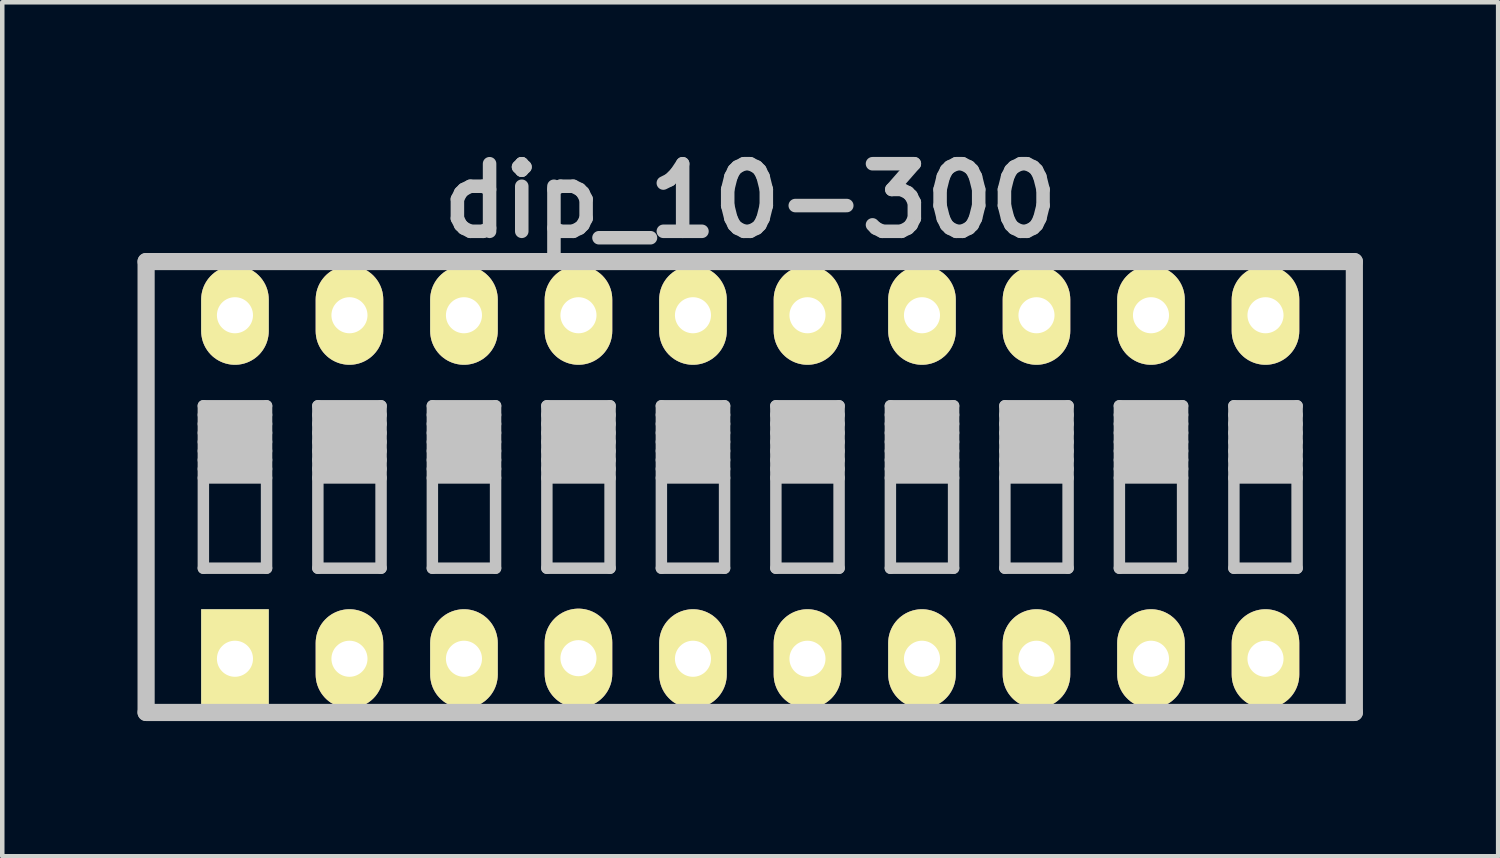
<source format=kicad_pcb>
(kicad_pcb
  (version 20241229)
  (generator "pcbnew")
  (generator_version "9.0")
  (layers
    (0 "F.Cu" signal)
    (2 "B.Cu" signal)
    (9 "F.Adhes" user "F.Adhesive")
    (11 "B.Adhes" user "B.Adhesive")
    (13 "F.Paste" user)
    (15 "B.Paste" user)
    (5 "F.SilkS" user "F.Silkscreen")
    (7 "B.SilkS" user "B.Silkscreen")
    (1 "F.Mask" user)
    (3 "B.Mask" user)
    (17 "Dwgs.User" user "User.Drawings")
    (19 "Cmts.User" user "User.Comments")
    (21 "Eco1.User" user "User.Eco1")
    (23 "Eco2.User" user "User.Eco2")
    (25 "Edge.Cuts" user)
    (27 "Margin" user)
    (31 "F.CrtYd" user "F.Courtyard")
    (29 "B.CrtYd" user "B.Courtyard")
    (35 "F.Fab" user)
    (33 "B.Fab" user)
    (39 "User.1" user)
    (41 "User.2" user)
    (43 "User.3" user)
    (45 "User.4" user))
  (footprint "dip_10-300"
    (layer "F.Cu")
    (at 13.592 7.753)
    (property "Reference" "dip_10-300" (at 0 -6.35 0) (layer "Dwgs.User") (effects (font (size 1.499 1.499) (thickness 0.3))))
    (attr through_hole)
    (fp_line (start -13.401 5.001) (end -13.401 -5.001) (stroke (width 0.381) (type solid)) (layer "Dwgs.User"))
    (fp_line (start -13.401 5.001) (end 13.401 5.001) (stroke (width 0.381) (type solid)) (layer "Dwgs.User"))
    (fp_line (start -12.131 -1.801) (end -12.131 1.801) (stroke (width 0.254) (type solid)) (layer "Dwgs.User"))
    (fp_line (start -12.131 -1.6) (end -10.729 -1.6) (stroke (width 0.254) (type solid)) (layer "Dwgs.User"))
    (fp_line (start -12.131 -1.4) (end -10.729 -1.4) (stroke (width 0.254) (type solid)) (layer "Dwgs.User"))
    (fp_line (start -12.131 -1.201) (end -10.729 -1.201) (stroke (width 0.254) (type solid)) (layer "Dwgs.User"))
    (fp_line (start -12.131 -1.001) (end -10.729 -1.001) (stroke (width 0.254) (type solid)) (layer "Dwgs.User"))
    (fp_line (start -12.131 -0.8) (end -10.729 -0.8) (stroke (width 0.254) (type solid)) (layer "Dwgs.User"))
    (fp_line (start -12.131 -0.599) (end -10.729 -0.599) (stroke (width 0.254) (type solid)) (layer "Dwgs.User"))
    (fp_line (start -12.131 -0.401) (end -10.729 -0.401) (stroke (width 0.254) (type solid)) (layer "Dwgs.User"))
    (fp_line (start -12.131 -0.201) (end -10.729 -0.201) (stroke (width 0.254) (type solid)) (layer "Dwgs.User"))
    (fp_line (start -12.131 1.801) (end -10.729 1.801) (stroke (width 0.254) (type solid)) (layer "Dwgs.User"))
    (fp_line (start -10.729 -1.801) (end -12.131 -1.801) (stroke (width 0.254) (type solid)) (layer "Dwgs.User"))
    (fp_line (start -10.729 1.801) (end -10.729 -1.801) (stroke (width 0.254) (type solid)) (layer "Dwgs.User"))
    (fp_line (start -9.591 -1.801) (end -9.591 1.801) (stroke (width 0.254) (type solid)) (layer "Dwgs.User"))
    (fp_line (start -9.591 -1.6) (end -8.189 -1.6) (stroke (width 0.254) (type solid)) (layer "Dwgs.User"))
    (fp_line (start -9.591 -1.4) (end -8.189 -1.4) (stroke (width 0.254) (type solid)) (layer "Dwgs.User"))
    (fp_line (start -9.591 -1.201) (end -8.189 -1.201) (stroke (width 0.254) (type solid)) (layer "Dwgs.User"))
    (fp_line (start -9.591 -1.001) (end -8.189 -1.001) (stroke (width 0.254) (type solid)) (layer "Dwgs.User"))
    (fp_line (start -9.591 -0.8) (end -8.189 -0.8) (stroke (width 0.254) (type solid)) (layer "Dwgs.User"))
    (fp_line (start -9.591 -0.599) (end -8.189 -0.599) (stroke (width 0.254) (type solid)) (layer "Dwgs.User"))
    (fp_line (start -9.591 -0.401) (end -8.189 -0.401) (stroke (width 0.254) (type solid)) (layer "Dwgs.User"))
    (fp_line (start -9.591 -0.201) (end -8.189 -0.201) (stroke (width 0.254) (type solid)) (layer "Dwgs.User"))
    (fp_line (start -9.591 1.801) (end -8.189 1.801) (stroke (width 0.254) (type solid)) (layer "Dwgs.User"))
    (fp_line (start -8.189 -1.801) (end -9.591 -1.801) (stroke (width 0.254) (type solid)) (layer "Dwgs.User"))
    (fp_line (start -8.189 1.801) (end -8.189 -1.801) (stroke (width 0.254) (type solid)) (layer "Dwgs.User"))
    (fp_line (start -7.051 -1.801) (end -7.051 1.801) (stroke (width 0.254) (type solid)) (layer "Dwgs.User"))
    (fp_line (start -7.051 -1.6) (end -5.649 -1.6) (stroke (width 0.254) (type solid)) (layer "Dwgs.User"))
    (fp_line (start -7.051 -1.4) (end -5.649 -1.4) (stroke (width 0.254) (type solid)) (layer "Dwgs.User"))
    (fp_line (start -7.051 -1.201) (end -5.649 -1.201) (stroke (width 0.254) (type solid)) (layer "Dwgs.User"))
    (fp_line (start -7.051 -1.001) (end -5.649 -1.001) (stroke (width 0.254) (type solid)) (layer "Dwgs.User"))
    (fp_line (start -7.051 -0.8) (end -5.649 -0.8) (stroke (width 0.254) (type solid)) (layer "Dwgs.User"))
    (fp_line (start -7.051 -0.599) (end -5.649 -0.599) (stroke (width 0.254) (type solid)) (layer "Dwgs.User"))
    (fp_line (start -7.051 -0.401) (end -5.649 -0.401) (stroke (width 0.254) (type solid)) (layer "Dwgs.User"))
    (fp_line (start -7.051 -0.201) (end -5.649 -0.201) (stroke (width 0.254) (type solid)) (layer "Dwgs.User"))
    (fp_line (start -7.051 1.801) (end -5.649 1.801) (stroke (width 0.254) (type solid)) (layer "Dwgs.User"))
    (fp_line (start -5.649 -1.801) (end -7.051 -1.801) (stroke (width 0.254) (type solid)) (layer "Dwgs.User"))
    (fp_line (start -5.649 1.801) (end -5.649 -1.801) (stroke (width 0.254) (type solid)) (layer "Dwgs.User"))
    (fp_line (start -4.511 -1.801) (end -4.511 1.801) (stroke (width 0.254) (type solid)) (layer "Dwgs.User"))
    (fp_line (start -4.511 -1.6) (end -3.109 -1.6) (stroke (width 0.254) (type solid)) (layer "Dwgs.User"))
    (fp_line (start -4.511 -1.4) (end -3.109 -1.4) (stroke (width 0.254) (type solid)) (layer "Dwgs.User"))
    (fp_line (start -4.511 -1.201) (end -3.109 -1.201) (stroke (width 0.254) (type solid)) (layer "Dwgs.User"))
    (fp_line (start -4.511 -1.001) (end -3.109 -1.001) (stroke (width 0.254) (type solid)) (layer "Dwgs.User"))
    (fp_line (start -4.511 -0.8) (end -3.109 -0.8) (stroke (width 0.254) (type solid)) (layer "Dwgs.User"))
    (fp_line (start -4.511 -0.599) (end -3.109 -0.599) (stroke (width 0.254) (type solid)) (layer "Dwgs.User"))
    (fp_line (start -4.511 -0.401) (end -3.109 -0.401) (stroke (width 0.254) (type solid)) (layer "Dwgs.User"))
    (fp_line (start -4.511 -0.201) (end -3.109 -0.201) (stroke (width 0.254) (type solid)) (layer "Dwgs.User"))
    (fp_line (start -4.511 1.801) (end -3.109 1.801) (stroke (width 0.254) (type solid)) (layer "Dwgs.User"))
    (fp_line (start -3.109 -1.801) (end -4.511 -1.801) (stroke (width 0.254) (type solid)) (layer "Dwgs.User"))
    (fp_line (start -3.109 1.801) (end -3.109 -1.801) (stroke (width 0.254) (type solid)) (layer "Dwgs.User"))
    (fp_line (start -1.971 -1.801) (end -1.971 1.801) (stroke (width 0.254) (type solid)) (layer "Dwgs.User"))
    (fp_line (start -1.971 -1.6) (end -0.569 -1.6) (stroke (width 0.254) (type solid)) (layer "Dwgs.User"))
    (fp_line (start -1.971 -1.4) (end -0.569 -1.4) (stroke (width 0.254) (type solid)) (layer "Dwgs.User"))
    (fp_line (start -1.971 -1.201) (end -0.569 -1.201) (stroke (width 0.254) (type solid)) (layer "Dwgs.User"))
    (fp_line (start -1.971 -1.001) (end -0.569 -1.001) (stroke (width 0.254) (type solid)) (layer "Dwgs.User"))
    (fp_line (start -1.971 -0.8) (end -0.569 -0.8) (stroke (width 0.254) (type solid)) (layer "Dwgs.User"))
    (fp_line (start -1.971 -0.599) (end -0.569 -0.599) (stroke (width 0.254) (type solid)) (layer "Dwgs.User"))
    (fp_line (start -1.971 -0.401) (end -0.569 -0.401) (stroke (width 0.254) (type solid)) (layer "Dwgs.User"))
    (fp_line (start -1.971 -0.201) (end -0.569 -0.201) (stroke (width 0.254) (type solid)) (layer "Dwgs.User"))
    (fp_line (start -1.971 1.801) (end -0.569 1.801) (stroke (width 0.254) (type solid)) (layer "Dwgs.User"))
    (fp_line (start -0.569 -1.801) (end -1.971 -1.801) (stroke (width 0.254) (type solid)) (layer "Dwgs.User"))
    (fp_line (start -0.569 1.801) (end -0.569 -1.801) (stroke (width 0.254) (type solid)) (layer "Dwgs.User"))
    (fp_line (start 0.569 -1.801) (end 0.569 1.801) (stroke (width 0.254) (type solid)) (layer "Dwgs.User"))
    (fp_line (start 0.569 -1.6) (end 1.971 -1.6) (stroke (width 0.254) (type solid)) (layer "Dwgs.User"))
    (fp_line (start 0.569 -1.4) (end 1.971 -1.4) (stroke (width 0.254) (type solid)) (layer "Dwgs.User"))
    (fp_line (start 0.569 -1.201) (end 1.971 -1.201) (stroke (width 0.254) (type solid)) (layer "Dwgs.User"))
    (fp_line (start 0.569 -1.001) (end 1.971 -1.001) (stroke (width 0.254) (type solid)) (layer "Dwgs.User"))
    (fp_line (start 0.569 -0.8) (end 1.971 -0.8) (stroke (width 0.254) (type solid)) (layer "Dwgs.User"))
    (fp_line (start 0.569 -0.599) (end 1.971 -0.599) (stroke (width 0.254) (type solid)) (layer "Dwgs.User"))
    (fp_line (start 0.569 -0.401) (end 1.971 -0.401) (stroke (width 0.254) (type solid)) (layer "Dwgs.User"))
    (fp_line (start 0.569 -0.201) (end 1.971 -0.201) (stroke (width 0.254) (type solid)) (layer "Dwgs.User"))
    (fp_line (start 0.569 1.801) (end 1.971 1.801) (stroke (width 0.254) (type solid)) (layer "Dwgs.User"))
    (fp_line (start 1.971 -1.801) (end 0.569 -1.801) (stroke (width 0.254) (type solid)) (layer "Dwgs.User"))
    (fp_line (start 1.971 1.801) (end 1.971 -1.801) (stroke (width 0.254) (type solid)) (layer "Dwgs.User"))
    (fp_line (start 3.109 -1.801) (end 3.109 1.801) (stroke (width 0.254) (type solid)) (layer "Dwgs.User"))
    (fp_line (start 3.109 -1.6) (end 4.511 -1.6) (stroke (width 0.254) (type solid)) (layer "Dwgs.User"))
    (fp_line (start 3.109 -1.4) (end 4.511 -1.4) (stroke (width 0.254) (type solid)) (layer "Dwgs.User"))
    (fp_line (start 3.109 -1.201) (end 4.511 -1.201) (stroke (width 0.254) (type solid)) (layer "Dwgs.User"))
    (fp_line (start 3.109 -1.001) (end 4.511 -1.001) (stroke (width 0.254) (type solid)) (layer "Dwgs.User"))
    (fp_line (start 3.109 -0.8) (end 4.511 -0.8) (stroke (width 0.254) (type solid)) (layer "Dwgs.User"))
    (fp_line (start 3.109 -0.599) (end 4.511 -0.599) (stroke (width 0.254) (type solid)) (layer "Dwgs.User"))
    (fp_line (start 3.109 -0.401) (end 4.511 -0.401) (stroke (width 0.254) (type solid)) (layer "Dwgs.User"))
    (fp_line (start 3.109 -0.201) (end 4.511 -0.201) (stroke (width 0.254) (type solid)) (layer "Dwgs.User"))
    (fp_line (start 3.109 1.801) (end 4.511 1.801) (stroke (width 0.254) (type solid)) (layer "Dwgs.User"))
    (fp_line (start 4.511 -1.801) (end 3.109 -1.801) (stroke (width 0.254) (type solid)) (layer "Dwgs.User"))
    (fp_line (start 4.511 1.801) (end 4.511 -1.801) (stroke (width 0.254) (type solid)) (layer "Dwgs.User"))
    (fp_line (start 5.649 -1.801) (end 5.649 1.801) (stroke (width 0.254) (type solid)) (layer "Dwgs.User"))
    (fp_line (start 5.649 -1.6) (end 7.051 -1.6) (stroke (width 0.254) (type solid)) (layer "Dwgs.User"))
    (fp_line (start 5.649 -1.4) (end 7.051 -1.4) (stroke (width 0.254) (type solid)) (layer "Dwgs.User"))
    (fp_line (start 5.649 -1.201) (end 7.051 -1.201) (stroke (width 0.254) (type solid)) (layer "Dwgs.User"))
    (fp_line (start 5.649 -1.001) (end 7.051 -1.001) (stroke (width 0.254) (type solid)) (layer "Dwgs.User"))
    (fp_line (start 5.649 -0.8) (end 7.051 -0.8) (stroke (width 0.254) (type solid)) (layer "Dwgs.User"))
    (fp_line (start 5.649 -0.599) (end 7.051 -0.599) (stroke (width 0.254) (type solid)) (layer "Dwgs.User"))
    (fp_line (start 5.649 -0.401) (end 7.051 -0.401) (stroke (width 0.254) (type solid)) (layer "Dwgs.User"))
    (fp_line (start 5.649 -0.201) (end 7.051 -0.201) (stroke (width 0.254) (type solid)) (layer "Dwgs.User"))
    (fp_line (start 5.649 1.801) (end 7.051 1.801) (stroke (width 0.254) (type solid)) (layer "Dwgs.User"))
    (fp_line (start 7.051 -1.801) (end 5.649 -1.801) (stroke (width 0.254) (type solid)) (layer "Dwgs.User"))
    (fp_line (start 7.051 1.801) (end 7.051 -1.801) (stroke (width 0.254) (type solid)) (layer "Dwgs.User"))
    (fp_line (start 8.189 -1.801) (end 8.189 1.801) (stroke (width 0.254) (type solid)) (layer "Dwgs.User"))
    (fp_line (start 8.189 -1.6) (end 9.591 -1.6) (stroke (width 0.254) (type solid)) (layer "Dwgs.User"))
    (fp_line (start 8.189 -1.4) (end 9.591 -1.4) (stroke (width 0.254) (type solid)) (layer "Dwgs.User"))
    (fp_line (start 8.189 -1.201) (end 9.591 -1.201) (stroke (width 0.254) (type solid)) (layer "Dwgs.User"))
    (fp_line (start 8.189 -1.001) (end 9.591 -1.001) (stroke (width 0.254) (type solid)) (layer "Dwgs.User"))
    (fp_line (start 8.189 -0.8) (end 9.591 -0.8) (stroke (width 0.254) (type solid)) (layer "Dwgs.User"))
    (fp_line (start 8.189 -0.599) (end 9.591 -0.599) (stroke (width 0.254) (type solid)) (layer "Dwgs.User"))
    (fp_line (start 8.189 -0.401) (end 9.591 -0.401) (stroke (width 0.254) (type solid)) (layer "Dwgs.User"))
    (fp_line (start 8.189 -0.201) (end 9.591 -0.201) (stroke (width 0.254) (type solid)) (layer "Dwgs.User"))
    (fp_line (start 8.189 1.801) (end 9.591 1.801) (stroke (width 0.254) (type solid)) (layer "Dwgs.User"))
    (fp_line (start 9.591 -1.801) (end 8.189 -1.801) (stroke (width 0.254) (type solid)) (layer "Dwgs.User"))
    (fp_line (start 9.591 1.801) (end 9.591 -1.801) (stroke (width 0.254) (type solid)) (layer "Dwgs.User"))
    (fp_line (start 10.729 -1.801) (end 10.729 1.801) (stroke (width 0.254) (type solid)) (layer "Dwgs.User"))
    (fp_line (start 10.729 -1.6) (end 12.131 -1.6) (stroke (width 0.254) (type solid)) (layer "Dwgs.User"))
    (fp_line (start 10.729 -1.4) (end 12.131 -1.4) (stroke (width 0.254) (type solid)) (layer "Dwgs.User"))
    (fp_line (start 10.729 -1.201) (end 12.131 -1.201) (stroke (width 0.254) (type solid)) (layer "Dwgs.User"))
    (fp_line (start 10.729 -1.001) (end 12.131 -1.001) (stroke (width 0.254) (type solid)) (layer "Dwgs.User"))
    (fp_line (start 10.729 -0.8) (end 12.131 -0.8) (stroke (width 0.254) (type solid)) (layer "Dwgs.User"))
    (fp_line (start 10.729 -0.599) (end 12.131 -0.599) (stroke (width 0.254) (type solid)) (layer "Dwgs.User"))
    (fp_line (start 10.729 -0.401) (end 12.131 -0.401) (stroke (width 0.254) (type solid)) (layer "Dwgs.User"))
    (fp_line (start 10.729 -0.201) (end 12.131 -0.201) (stroke (width 0.254) (type solid)) (layer "Dwgs.User"))
    (fp_line (start 10.729 1.801) (end 12.131 1.801) (stroke (width 0.254) (type solid)) (layer "Dwgs.User"))
    (fp_line (start 12.131 -1.801) (end 10.729 -1.801) (stroke (width 0.254) (type solid)) (layer "Dwgs.User"))
    (fp_line (start 12.131 1.801) (end 12.131 -1.801) (stroke (width 0.254) (type solid)) (layer "Dwgs.User"))
    (fp_line (start 13.401 -5.001) (end -13.401 -5.001) (stroke (width 0.381) (type solid)) (layer "Dwgs.User"))
    (fp_line (start 13.401 -4.999) (end 13.401 5.001) (stroke (width 0.381) (type solid)) (layer "Dwgs.User"))
    (pad "1" thru_hole rect (at -11.43 3.81) (size 1.499 2.197) (drill 0.8) (layers "*.Cu" "*.Mask" "F.SilkS"))
    (pad "2" thru_hole oval (at -8.89 3.81) (size 1.499 2.197) (drill 0.8) (layers "*.Cu" "*.Mask" "F.SilkS"))
    (pad "3" thru_hole oval (at -6.35 3.81) (size 1.499 2.197) (drill 0.8) (layers "*.Cu" "*.Mask" "F.SilkS"))
    (pad "4" thru_hole oval (at -3.81 3.797) (size 1.499 2.197) (drill 0.8) (layers "*.Cu" "*.Mask" "F.SilkS"))
    (pad "5" thru_hole oval (at -1.27 3.81) (size 1.499 2.197) (drill 0.8) (layers "*.Cu" "*.Mask" "F.SilkS"))
    (pad "6" thru_hole oval (at 1.27 3.81) (size 1.499 2.197) (drill 0.8) (layers "*.Cu" "*.Mask" "F.SilkS"))
    (pad "7" thru_hole oval (at 3.81 3.81) (size 1.499 2.197) (drill 0.8) (layers "*.Cu" "*.Mask" "F.SilkS"))
    (pad "8" thru_hole oval (at 6.35 3.81) (size 1.499 2.197) (drill 0.8) (layers "*.Cu" "*.Mask" "F.SilkS"))
    (pad "9" thru_hole oval (at 8.89 3.81) (size 1.499 2.197) (drill 0.8) (layers "*.Cu" "*.Mask" "F.SilkS"))
    (pad "10" thru_hole oval (at 11.43 3.81) (size 1.499 2.197) (drill 0.8) (layers "*.Cu" "*.Mask" "F.SilkS"))
    (pad "11" thru_hole oval (at 11.43 -3.81) (size 1.499 2.197) (drill 0.8) (layers "*.Cu" "*.Mask" "F.SilkS"))
    (pad "12" thru_hole oval (at 8.89 -3.81) (size 1.499 2.197) (drill 0.8) (layers "*.Cu" "*.Mask" "F.SilkS"))
    (pad "13" thru_hole oval (at 6.35 -3.81) (size 1.499 2.197) (drill 0.8) (layers "*.Cu" "*.Mask" "F.SilkS"))
    (pad "14" thru_hole oval (at 3.81 -3.81) (size 1.499 2.197) (drill 0.8) (layers "*.Cu" "*.Mask" "F.SilkS"))
    (pad "15" thru_hole oval (at 1.27 -3.81) (size 1.499 2.197) (drill 0.8) (layers "*.Cu" "*.Mask" "F.SilkS"))
    (pad "16" thru_hole oval (at -1.27 -3.81) (size 1.499 2.197) (drill 0.8) (layers "*.Cu" "*.Mask" "F.SilkS"))
    (pad "17" thru_hole oval (at -3.81 -3.81) (size 1.499 2.197) (drill 0.8) (layers "*.Cu" "*.Mask" "F.SilkS"))
    (pad "18" thru_hole oval (at -6.35 -3.81) (size 1.499 2.197) (drill 0.8) (layers "*.Cu" "*.Mask" "F.SilkS"))
    (pad "19" thru_hole oval (at -8.89 -3.81) (size 1.499 2.197) (drill 0.8) (layers "*.Cu" "*.Mask" "F.SilkS"))
    (pad "20" thru_hole oval (at -11.43 -3.81) (size 1.499 2.197) (drill 0.8) (layers "*.Cu" "*.Mask" "F.SilkS")))
  (gr_rect
    (start -3 -3)
    (end 30.183 15.944)
    (stroke (width 0.1) (type default))
    (fill no)
    (layer "Edge.Cuts")))
</source>
